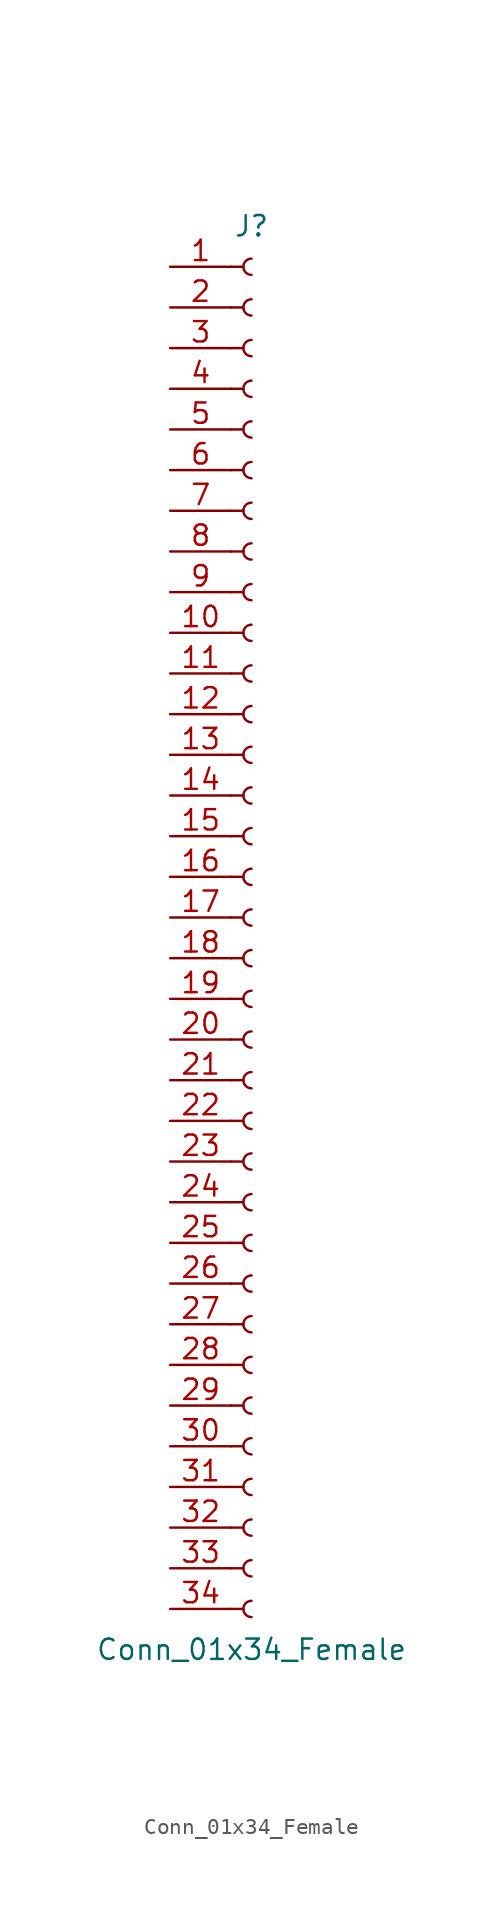
<source format=kicad_sym>
(kicad_symbol_lib
  (version 20211014)
  (generator kicad_symbol_editor)
  (symbol "Conn_01x34_Female"
    (pin_names
      (offset 1.016) hide)
    (property "Reference" "J"
      (at 0 43.18 0)
      (effects (font (size 1.27 1.27))))
    (property "Value" "Conn_01x34_Female"
      (at 0 -45.72 0)
      (effects (font (size 1.27 1.27))))
    (symbol "Conn_01x34_Female_1_1"
      (arc (start 0 -42.672) (mid -0.508 -43.18) (end 0 -43.688) (stroke (width 0.1524) (type default) (color 0 0 0 0)) (fill (type none)))
      (arc (start 0 -40.132) (mid -0.508 -40.64) (end 0 -41.148) (stroke (width 0.1524) (type default) (color 0 0 0 0)) (fill (type none)))
      (arc (start 0 -37.592) (mid -0.508 -38.1) (end 0 -38.608) (stroke (width 0.1524) (type default) (color 0 0 0 0)) (fill (type none)))
      (arc (start 0 -35.052) (mid -0.508 -35.56) (end 0 -36.068) (stroke (width 0.1524) (type default) (color 0 0 0 0)) (fill (type none)))
      (arc (start 0 -32.512) (mid -0.508 -33.02) (end 0 -33.528) (stroke (width 0.1524) (type default) (color 0 0 0 0)) (fill (type none)))
      (arc (start 0 -29.972) (mid -0.508 -30.48) (end 0 -30.988) (stroke (width 0.1524) (type default) (color 0 0 0 0)) (fill (type none)))
      (arc (start 0 -27.432) (mid -0.508 -27.94) (end 0 -28.448) (stroke (width 0.1524) (type default) (color 0 0 0 0)) (fill (type none)))
      (arc (start 0 -24.892) (mid -0.508 -25.4) (end 0 -25.908) (stroke (width 0.1524) (type default) (color 0 0 0 0)) (fill (type none)))
      (arc (start 0 -22.352) (mid -0.508 -22.86) (end 0 -23.368) (stroke (width 0.1524) (type default) (color 0 0 0 0)) (fill (type none)))
      (arc (start 0 -19.812) (mid -0.508 -20.32) (end 0 -20.828) (stroke (width 0.1524) (type default) (color 0 0 0 0)) (fill (type none)))
      (arc (start 0 -17.272) (mid -0.508 -17.78) (end 0 -18.288) (stroke (width 0.1524) (type default) (color 0 0 0 0)) (fill (type none)))
      (arc (start 0 -14.732) (mid -0.508 -15.24) (end 0 -15.748) (stroke (width 0.1524) (type default) (color 0 0 0 0)) (fill (type none)))
      (arc (start 0 -12.192) (mid -0.508 -12.7) (end 0 -13.208) (stroke (width 0.1524) (type default) (color 0 0 0 0)) (fill (type none)))
      (arc (start 0 -9.652) (mid -0.508 -10.16) (end 0 -10.668) (stroke (width 0.1524) (type default) (color 0 0 0 0)) (fill (type none)))
      (arc (start 0 -7.112) (mid -0.508 -7.62) (end 0 -8.128) (stroke (width 0.1524) (type default) (color 0 0 0 0)) (fill (type none)))
      (arc (start 0 -4.572) (mid -0.508 -5.08) (end 0 -5.588) (stroke (width 0.1524) (type default) (color 0 0 0 0)) (fill (type none)))
      (arc (start 0 -2.032) (mid -0.508 -2.54) (end 0 -3.048) (stroke (width 0.1524) (type default) (color 0 0 0 0)) (fill (type none)))
      (polyline (pts (xy -1.27 -43.18) (xy -0.508 -43.18)) (stroke (width 0.152) (type default) (color 0 0 0 0)) (fill (type none)))
      (polyline (pts (xy -1.27 -40.64) (xy -0.508 -40.64)) (stroke (width 0.152) (type default) (color 0 0 0 0)) (fill (type none)))
      (polyline (pts (xy -1.27 -38.1) (xy -0.508 -38.1)) (stroke (width 0.152) (type default) (color 0 0 0 0)) (fill (type none)))
      (polyline (pts (xy -1.27 -35.56) (xy -0.508 -35.56)) (stroke (width 0.152) (type default) (color 0 0 0 0)) (fill (type none)))
      (polyline (pts (xy -1.27 -33.02) (xy -0.508 -33.02)) (stroke (width 0.152) (type default) (color 0 0 0 0)) (fill (type none)))
      (polyline (pts (xy -1.27 -30.48) (xy -0.508 -30.48)) (stroke (width 0.152) (type default) (color 0 0 0 0)) (fill (type none)))
      (polyline (pts (xy -1.27 -27.94) (xy -0.508 -27.94)) (stroke (width 0.152) (type default) (color 0 0 0 0)) (fill (type none)))
      (polyline (pts (xy -1.27 -25.4) (xy -0.508 -25.4)) (stroke (width 0.152) (type default) (color 0 0 0 0)) (fill (type none)))
      (polyline (pts (xy -1.27 -22.86) (xy -0.508 -22.86)) (stroke (width 0.152) (type default) (color 0 0 0 0)) (fill (type none)))
      (polyline (pts (xy -1.27 -20.32) (xy -0.508 -20.32)) (stroke (width 0.152) (type default) (color 0 0 0 0)) (fill (type none)))
      (polyline (pts (xy -1.27 -17.78) (xy -0.508 -17.78)) (stroke (width 0.152) (type default) (color 0 0 0 0)) (fill (type none)))
      (polyline (pts (xy -1.27 -15.24) (xy -0.508 -15.24)) (stroke (width 0.152) (type default) (color 0 0 0 0)) (fill (type none)))
      (polyline (pts (xy -1.27 -12.7) (xy -0.508 -12.7)) (stroke (width 0.152) (type default) (color 0 0 0 0)) (fill (type none)))
      (polyline (pts (xy -1.27 -10.16) (xy -0.508 -10.16)) (stroke (width 0.152) (type default) (color 0 0 0 0)) (fill (type none)))
      (polyline (pts (xy -1.27 -7.62) (xy -0.508 -7.62)) (stroke (width 0.152) (type default) (color 0 0 0 0)) (fill (type none)))
      (polyline (pts (xy -1.27 -5.08) (xy -0.508 -5.08)) (stroke (width 0.152) (type default) (color 0 0 0 0)) (fill (type none)))
      (polyline (pts (xy -1.27 -2.54) (xy -0.508 -2.54)) (stroke (width 0.152) (type default) (color 0 0 0 0)) (fill (type none)))
      (polyline (pts (xy -1.27 0) (xy -0.508 0)) (stroke (width 0.152) (type default) (color 0 0 0 0)) (fill (type none)))
      (polyline (pts (xy -1.27 2.54) (xy -0.508 2.54)) (stroke (width 0.152) (type default) (color 0 0 0 0)) (fill (type none)))
      (polyline (pts (xy -1.27 5.08) (xy -0.508 5.08)) (stroke (width 0.152) (type default) (color 0 0 0 0)) (fill (type none)))
      (polyline (pts (xy -1.27 7.62) (xy -0.508 7.62)) (stroke (width 0.152) (type default) (color 0 0 0 0)) (fill (type none)))
      (polyline (pts (xy -1.27 10.16) (xy -0.508 10.16)) (stroke (width 0.152) (type default) (color 0 0 0 0)) (fill (type none)))
      (polyline (pts (xy -1.27 12.7) (xy -0.508 12.7)) (stroke (width 0.152) (type default) (color 0 0 0 0)) (fill (type none)))
      (polyline (pts (xy -1.27 15.24) (xy -0.508 15.24)) (stroke (width 0.152) (type default) (color 0 0 0 0)) (fill (type none)))
      (polyline (pts (xy -1.27 17.78) (xy -0.508 17.78)) (stroke (width 0.152) (type default) (color 0 0 0 0)) (fill (type none)))
      (polyline (pts (xy -1.27 20.32) (xy -0.508 20.32)) (stroke (width 0.152) (type default) (color 0 0 0 0)) (fill (type none)))
      (polyline (pts (xy -1.27 22.86) (xy -0.508 22.86)) (stroke (width 0.152) (type default) (color 0 0 0 0)) (fill (type none)))
      (polyline (pts (xy -1.27 25.4) (xy -0.508 25.4)) (stroke (width 0.152) (type default) (color 0 0 0 0)) (fill (type none)))
      (polyline (pts (xy -1.27 27.94) (xy -0.508 27.94)) (stroke (width 0.152) (type default) (color 0 0 0 0)) (fill (type none)))
      (polyline (pts (xy -1.27 30.48) (xy -0.508 30.48)) (stroke (width 0.152) (type default) (color 0 0 0 0)) (fill (type none)))
      (polyline (pts (xy -1.27 33.02) (xy -0.508 33.02)) (stroke (width 0.152) (type default) (color 0 0 0 0)) (fill (type none)))
      (polyline (pts (xy -1.27 35.56) (xy -0.508 35.56)) (stroke (width 0.152) (type default) (color 0 0 0 0)) (fill (type none)))
      (polyline (pts (xy -1.27 38.1) (xy -0.508 38.1)) (stroke (width 0.152) (type default) (color 0 0 0 0)) (fill (type none)))
      (polyline (pts (xy -1.27 40.64) (xy -0.508 40.64)) (stroke (width 0.152) (type default) (color 0 0 0 0)) (fill (type none)))
      (arc (start 0 0.508) (mid -0.508 0) (end 0 -0.508) (stroke (width 0.1524) (type default) (color 0 0 0 0)) (fill (type none)))
      (arc (start 0 3.048) (mid -0.508 2.54) (end 0 2.032) (stroke (width 0.1524) (type default) (color 0 0 0 0)) (fill (type none)))
      (arc (start 0 5.588) (mid -0.508 5.08) (end 0 4.572) (stroke (width 0.1524) (type default) (color 0 0 0 0)) (fill (type none)))
      (arc (start 0 8.128) (mid -0.508 7.62) (end 0 7.112) (stroke (width 0.1524) (type default) (color 0 0 0 0)) (fill (type none)))
      (arc (start 0 10.668) (mid -0.508 10.16) (end 0 9.652) (stroke (width 0.1524) (type default) (color 0 0 0 0)) (fill (type none)))
      (arc (start 0 13.208) (mid -0.508 12.7) (end 0 12.192) (stroke (width 0.1524) (type default) (color 0 0 0 0)) (fill (type none)))
      (arc (start 0 15.748) (mid -0.508 15.24) (end 0 14.732) (stroke (width 0.1524) (type default) (color 0 0 0 0)) (fill (type none)))
      (arc (start 0 18.288) (mid -0.508 17.78) (end 0 17.272) (stroke (width 0.1524) (type default) (color 0 0 0 0)) (fill (type none)))
      (arc (start 0 20.828) (mid -0.508 20.32) (end 0 19.812) (stroke (width 0.1524) (type default) (color 0 0 0 0)) (fill (type none)))
      (arc (start 0 23.368) (mid -0.508 22.86) (end 0 22.352) (stroke (width 0.1524) (type default) (color 0 0 0 0)) (fill (type none)))
      (arc (start 0 25.908) (mid -0.508 25.4) (end 0 24.892) (stroke (width 0.1524) (type default) (color 0 0 0 0)) (fill (type none)))
      (arc (start 0 28.448) (mid -0.508 27.94) (end 0 27.432) (stroke (width 0.1524) (type default) (color 0 0 0 0)) (fill (type none)))
      (arc (start 0 30.988) (mid -0.508 30.48) (end 0 29.972) (stroke (width 0.1524) (type default) (color 0 0 0 0)) (fill (type none)))
      (arc (start 0 33.528) (mid -0.508 33.02) (end 0 32.512) (stroke (width 0.1524) (type default) (color 0 0 0 0)) (fill (type none)))
      (arc (start 0 36.068) (mid -0.508 35.56) (end 0 35.052) (stroke (width 0.1524) (type default) (color 0 0 0 0)) (fill (type none)))
      (arc (start 0 38.608) (mid -0.508 38.1) (end 0 37.592) (stroke (width 0.1524) (type default) (color 0 0 0 0)) (fill (type none)))
      (arc (start 0 41.148) (mid -0.508 40.64) (end 0 40.132) (stroke (width 0.1524) (type default) (color 0 0 0 0)) (fill (type none)))
      (pin passive line (at -5.08 40.64 0) (length 3.81) (name "Pin_1" (effects (font (size 1.27 1.27)))) (number "1" (effects (font (size 1.27 1.27)))))
      (pin passive line (at -5.08 17.78 0) (length 3.81) (name "Pin_10" (effects (font (size 1.27 1.27)))) (number "10" (effects (font (size 1.27 1.27)))))
      (pin passive line (at -5.08 15.24 0) (length 3.81) (name "Pin_11" (effects (font (size 1.27 1.27)))) (number "11" (effects (font (size 1.27 1.27)))))
      (pin passive line (at -5.08 12.7 0) (length 3.81) (name "Pin_12" (effects (font (size 1.27 1.27)))) (number "12" (effects (font (size 1.27 1.27)))))
      (pin passive line (at -5.08 10.16 0) (length 3.81) (name "Pin_13" (effects (font (size 1.27 1.27)))) (number "13" (effects (font (size 1.27 1.27)))))
      (pin passive line (at -5.08 7.62 0) (length 3.81) (name "Pin_14" (effects (font (size 1.27 1.27)))) (number "14" (effects (font (size 1.27 1.27)))))
      (pin passive line (at -5.08 5.08 0) (length 3.81) (name "Pin_15" (effects (font (size 1.27 1.27)))) (number "15" (effects (font (size 1.27 1.27)))))
      (pin passive line (at -5.08 2.54 0) (length 3.81) (name "Pin_16" (effects (font (size 1.27 1.27)))) (number "16" (effects (font (size 1.27 1.27)))))
      (pin passive line (at -5.08 0 0) (length 3.81) (name "Pin_17" (effects (font (size 1.27 1.27)))) (number "17" (effects (font (size 1.27 1.27)))))
      (pin passive line (at -5.08 -2.54 0) (length 3.81) (name "Pin_18" (effects (font (size 1.27 1.27)))) (number "18" (effects (font (size 1.27 1.27)))))
      (pin passive line (at -5.08 -5.08 0) (length 3.81) (name "Pin_19" (effects (font (size 1.27 1.27)))) (number "19" (effects (font (size 1.27 1.27)))))
      (pin passive line (at -5.08 38.1 0) (length 3.81) (name "Pin_2" (effects (font (size 1.27 1.27)))) (number "2" (effects (font (size 1.27 1.27)))))
      (pin passive line (at -5.08 -7.62 0) (length 3.81) (name "Pin_20" (effects (font (size 1.27 1.27)))) (number "20" (effects (font (size 1.27 1.27)))))
      (pin passive line (at -5.08 -10.16 0) (length 3.81) (name "Pin_21" (effects (font (size 1.27 1.27)))) (number "21" (effects (font (size 1.27 1.27)))))
      (pin passive line (at -5.08 -12.7 0) (length 3.81) (name "Pin_22" (effects (font (size 1.27 1.27)))) (number "22" (effects (font (size 1.27 1.27)))))
      (pin passive line (at -5.08 -15.24 0) (length 3.81) (name "Pin_23" (effects (font (size 1.27 1.27)))) (number "23" (effects (font (size 1.27 1.27)))))
      (pin passive line (at -5.08 -17.78 0) (length 3.81) (name "Pin_24" (effects (font (size 1.27 1.27)))) (number "24" (effects (font (size 1.27 1.27)))))
      (pin passive line (at -5.08 -20.32 0) (length 3.81) (name "Pin_25" (effects (font (size 1.27 1.27)))) (number "25" (effects (font (size 1.27 1.27)))))
      (pin passive line (at -5.08 -22.86 0) (length 3.81) (name "Pin_26" (effects (font (size 1.27 1.27)))) (number "26" (effects (font (size 1.27 1.27)))))
      (pin passive line (at -5.08 -25.4 0) (length 3.81) (name "Pin_27" (effects (font (size 1.27 1.27)))) (number "27" (effects (font (size 1.27 1.27)))))
      (pin passive line (at -5.08 -27.94 0) (length 3.81) (name "Pin_28" (effects (font (size 1.27 1.27)))) (number "28" (effects (font (size 1.27 1.27)))))
      (pin passive line (at -5.08 -30.48 0) (length 3.81) (name "Pin_29" (effects (font (size 1.27 1.27)))) (number "29" (effects (font (size 1.27 1.27)))))
      (pin passive line (at -5.08 35.56 0) (length 3.81) (name "Pin_3" (effects (font (size 1.27 1.27)))) (number "3" (effects (font (size 1.27 1.27)))))
      (pin passive line (at -5.08 -33.02 0) (length 3.81) (name "Pin_30" (effects (font (size 1.27 1.27)))) (number "30" (effects (font (size 1.27 1.27)))))
      (pin passive line (at -5.08 -35.56 0) (length 3.81) (name "Pin_31" (effects (font (size 1.27 1.27)))) (number "31" (effects (font (size 1.27 1.27)))))
      (pin passive line (at -5.08 -38.1 0) (length 3.81) (name "Pin_32" (effects (font (size 1.27 1.27)))) (number "32" (effects (font (size 1.27 1.27)))))
      (pin passive line (at -5.08 -40.64 0) (length 3.81) (name "Pin_33" (effects (font (size 1.27 1.27)))) (number "33" (effects (font (size 1.27 1.27)))))
      (pin passive line (at -5.08 -43.18 0) (length 3.81) (name "Pin_34" (effects (font (size 1.27 1.27)))) (number "34" (effects (font (size 1.27 1.27)))))
      (pin passive line (at -5.08 33.02 0) (length 3.81) (name "Pin_4" (effects (font (size 1.27 1.27)))) (number "4" (effects (font (size 1.27 1.27)))))
      (pin passive line (at -5.08 30.48 0) (length 3.81) (name "Pin_5" (effects (font (size 1.27 1.27)))) (number "5" (effects (font (size 1.27 1.27)))))
      (pin passive line (at -5.08 27.94 0) (length 3.81) (name "Pin_6" (effects (font (size 1.27 1.27)))) (number "6" (effects (font (size 1.27 1.27)))))
      (pin passive line (at -5.08 25.4 0) (length 3.81) (name "Pin_7" (effects (font (size 1.27 1.27)))) (number "7" (effects (font (size 1.27 1.27)))))
      (pin passive line (at -5.08 22.86 0) (length 3.81) (name "Pin_8" (effects (font (size 1.27 1.27)))) (number "8" (effects (font (size 1.27 1.27)))))
      (pin passive line (at -5.08 20.32 0) (length 3.81) (name "Pin_9" (effects (font (size 1.27 1.27)))) (number "9" (effects (font (size 1.27 1.27))))))))
</source>
